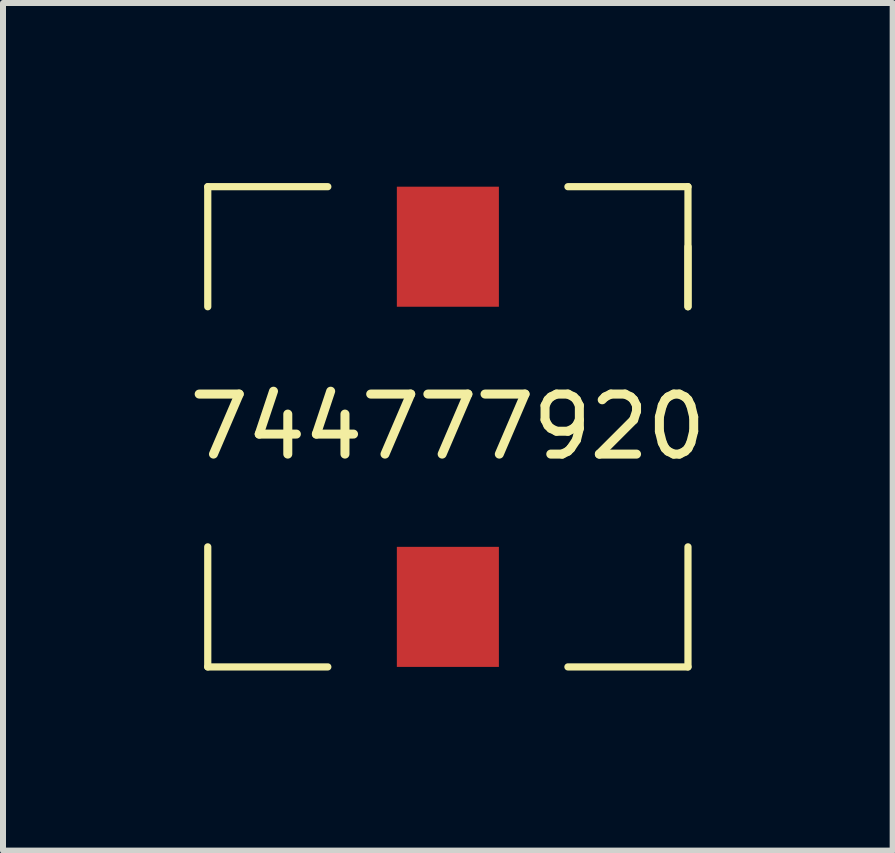
<source format=kicad_pcb>
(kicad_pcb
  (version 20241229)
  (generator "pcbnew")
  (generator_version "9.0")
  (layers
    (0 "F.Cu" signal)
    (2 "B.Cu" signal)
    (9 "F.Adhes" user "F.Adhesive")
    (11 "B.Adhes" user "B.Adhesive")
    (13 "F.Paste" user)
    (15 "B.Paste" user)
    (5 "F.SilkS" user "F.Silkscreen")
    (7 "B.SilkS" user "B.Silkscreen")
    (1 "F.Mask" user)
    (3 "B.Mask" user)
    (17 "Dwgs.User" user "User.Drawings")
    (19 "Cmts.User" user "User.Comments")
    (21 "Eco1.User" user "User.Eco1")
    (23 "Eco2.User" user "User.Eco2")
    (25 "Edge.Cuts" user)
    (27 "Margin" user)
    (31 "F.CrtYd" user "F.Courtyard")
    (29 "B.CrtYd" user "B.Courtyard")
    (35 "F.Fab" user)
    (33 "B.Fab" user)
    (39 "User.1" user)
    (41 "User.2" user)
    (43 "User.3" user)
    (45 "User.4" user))
  (footprint "744777920"
    (layer "F.Cu")
    (at 4.411 4.06)
    (property "Reference" "744777920" (at 0 0 0) (layer "F.SilkS") (effects (font (size 1 1) (thickness 0.15))))
    (attr through_hole)
    (fp_line (start -4 -4) (end -2 -4) (stroke (width 0.12) (type solid)) (layer "F.SilkS"))
    (fp_line (start -4 -2) (end -4 -4) (stroke (width 0.12) (type solid)) (layer "F.SilkS"))
    (fp_line (start -4 4) (end -4 2) (stroke (width 0.12) (type solid)) (layer "F.SilkS"))
    (fp_line (start -2 4) (end -4 4) (stroke (width 0.12) (type solid)) (layer "F.SilkS"))
    (fp_line (start 2 -4) (end 4 -4) (stroke (width 0.12) (type solid)) (layer "F.SilkS"))
    (fp_line (start 4 -4) (end 4 -2) (stroke (width 0.12) (type solid)) (layer "F.SilkS"))
    (fp_line (start 4 -2) (end 4 -3) (stroke (width 0.12) (type solid)) (layer "F.SilkS"))
    (fp_line (start 4 2) (end 4 4) (stroke (width 0.12) (type solid)) (layer "F.SilkS"))
    (fp_line (start 4 4) (end 2 4) (stroke (width 0.12) (type solid)) (layer "F.SilkS"))
    (pad "1" smd rect (at 0 3) (size 1.7 2) (layers "F.Cu" "F.Mask" "F.Paste"))
    (pad "2" smd rect (at 0 -3) (size 1.7 2) (layers "F.Cu" "F.Mask" "F.Paste")))
  (gr_rect
    (start -3 -3)
    (end 11.821 11.12)
    (stroke (width 0.1) (type default))
    (fill no)
    (layer "Edge.Cuts")))
</source>
